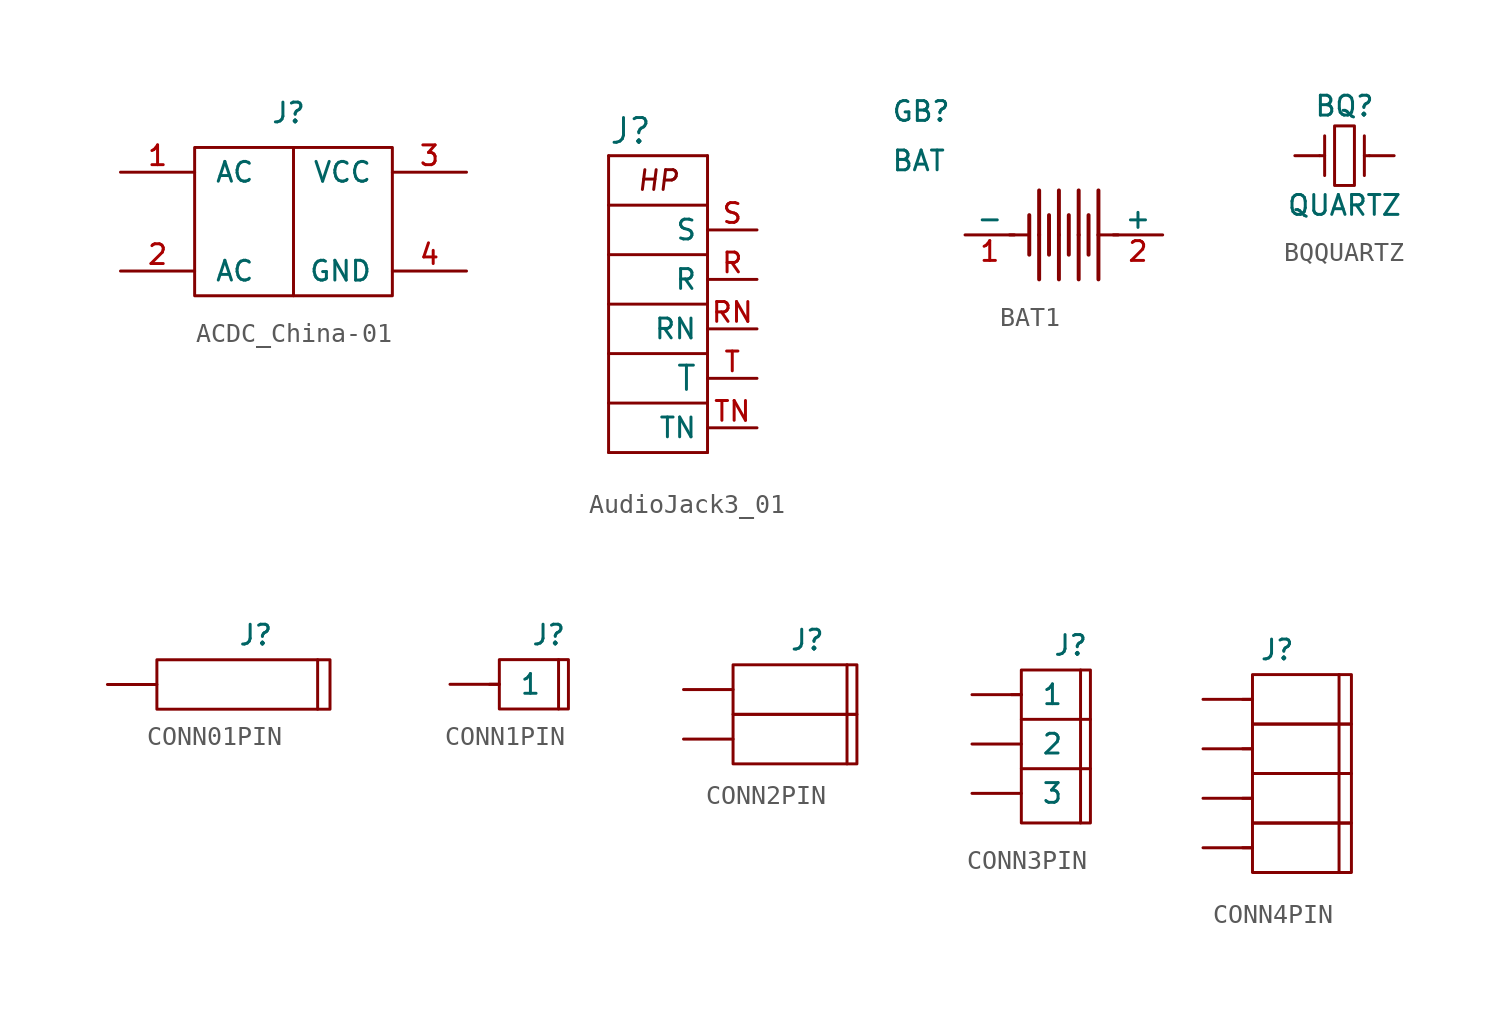
<source format=kicad_sym>
(kicad_symbol_lib
  (version 20241209)
  (generator "kicad_symbol_editor")
  (generator_version "9.0")
  (symbol "ACDC_China-01"
    (pin_names
      (offset 1.016))
    (property "Reference" "J"
      (at -0.254 3.048 0)
      (effects (font (size 1.016 1.016))))
    (symbol "ACDC_China-01_0_1"
      (rectangle (start -5.08 1.27) (end 5.08 -6.35) (stroke (width 0) (type default)) (fill (type none)))
      (polyline (pts (xy 0 1.27) (xy 0 -6.35)) (stroke (width 0) (type default)) (fill (type none))))
    (symbol "ACDC_China-01_1_1"
      (pin bidirectional line (at -8.89 0 0) (length 3.81) (name "AC" (effects (font (size 1.016 1.016)))) (number "1" (effects (font (size 1.016 1.016)))))
      (pin bidirectional line (at -8.89 -5.08 0) (length 3.81) (name "AC" (effects (font (size 1.016 1.016)))) (number "2" (effects (font (size 1.016 1.016)))))
      (pin bidirectional line (at 8.89 0 180) (length 3.81) (name "VCC" (effects (font (size 1.016 1.016)))) (number "3" (effects (font (size 1.016 1.016)))))
      (pin bidirectional line (at 8.89 -5.08 180) (length 3.81) (name "GND" (effects (font (size 1.016 1.016)))) (number "4" (effects (font (size 1.016 1.016)))))))
  (symbol "AudioJack3_01"
    (property "Reference" "J"
      (at -2.54 7.62 0)
      (effects (font (size 1.27 1.27)) (justify left)))
    (symbol "AudioJack3_01_0_1"
      (polyline (pts (xy -2.54 6.35) (xy -2.54 -8.89)) (stroke (width 0) (type default)) (fill (type none)))
      (polyline (pts (xy -2.54 6.35) (xy 2.54 6.35)) (stroke (width 0) (type default)) (fill (type none)))
      (polyline (pts (xy -2.54 3.81) (xy 2.54 3.81)) (stroke (width 0) (type default)) (fill (type none)))
      (polyline (pts (xy -2.54 1.27) (xy 2.54 1.27)) (stroke (width 0) (type default)) (fill (type none)))
      (polyline (pts (xy -2.54 -1.27) (xy 2.54 -1.27)) (stroke (width 0) (type default)) (fill (type none)))
      (polyline (pts (xy -2.54 -3.81) (xy 2.54 -3.81)) (stroke (width 0) (type default)) (fill (type none)))
      (polyline (pts (xy -2.54 -6.35) (xy 2.54 -6.35)) (stroke (width 0) (type default)) (fill (type none)))
      (polyline (pts (xy -2.54 -8.89) (xy 2.54 -8.89)) (stroke (width 0) (type default)) (fill (type none)))
      (polyline (pts (xy 2.54 6.35) (xy 2.54 -8.89)) (stroke (width 0) (type default)) (fill (type none))))
    (symbol "AudioJack3_01_1_1"
      (text "HP" (at 0 5.08 0) (effects (font (size 1.016 1.016) (italic yes))))
      (pin passive line (at 5.08 2.54 180) (length 2.54) (name "S" (effects (font (size 1.016 1.016)))) (number "S" (effects (font (size 1.016 1.016)))))
      (pin passive line (at 5.08 0 180) (length 2.54) (name "R" (effects (font (size 1.016 1.016)))) (number "R" (effects (font (size 1.016 1.016)))))
      (pin passive line (at 5.08 -2.54 180) (length 2.54) (name "RN" (effects (font (size 1.016 1.016)))) (number "RN" (effects (font (size 1.016 1.016)))))
      (pin passive line (at 5.08 -5.08 180) (length 2.54) (name "T" (effects (font (size 1.245 1.245)))) (number "T" (effects (font (size 1.016 1.016)))))
      (pin passive line (at 5.08 -7.62 180) (length 2.54) (name "TN" (effects (font (size 1.016 1.016)))) (number "TN" (effects (font (size 1.016 1.016)))))))
  (symbol "BAT1"
    (pin_names
      (offset 0))
    (property "Reference" "GB"
      (at -8.89 6.35 0)
      (effects (font (size 1.016 1.016)) (justify left)))
    (property "Value" "BAT"
      (at -8.89 3.81 0)
      (effects (font (size 1.016 1.016)) (justify left)))
    (symbol "BAT1_1_0"
      (polyline (pts (xy -1.778 1.016) (xy -1.778 -1.016)) (stroke (width 0.203) (type default)) (fill (type none)))
      (polyline (pts (xy -1.778 0) (xy -2.794 0)) (stroke (width 0) (type default)) (fill (type none)))
      (polyline (pts (xy -1.27 0) (xy -1.27 2.286)) (stroke (width 0.203) (type default)) (fill (type none)))
      (polyline (pts (xy -1.27 -2.286) (xy -1.27 0)) (stroke (width 0.203) (type default)) (fill (type none)))
      (polyline (pts (xy -0.762 1.016) (xy -0.762 -1.016)) (stroke (width 0.203) (type default)) (fill (type none)))
      (polyline (pts (xy -0.254 0) (xy -0.254 2.286)) (stroke (width 0.203) (type default)) (fill (type none)))
      (polyline (pts (xy -0.254 -2.286) (xy -0.254 0)) (stroke (width 0.203) (type default)) (fill (type none)))
      (polyline (pts (xy 0.254 1.016) (xy 0.254 -1.016)) (stroke (width 0.203) (type default)) (fill (type none)))
      (polyline (pts (xy 0.762 0) (xy 0.762 2.286)) (stroke (width 0.203) (type default)) (fill (type none)))
      (polyline (pts (xy 0.762 -2.286) (xy 0.762 0)) (stroke (width 0.203) (type default)) (fill (type none)))
      (polyline (pts (xy 1.27 1.016) (xy 1.27 -1.016)) (stroke (width 0.203) (type default)) (fill (type none)))
      (polyline (pts (xy 1.778 0) (xy 1.778 2.286)) (stroke (width 0.203) (type default)) (fill (type none)))
      (polyline (pts (xy 1.778 0) (xy 2.794 0)) (stroke (width 0) (type default)) (fill (type none)))
      (polyline (pts (xy 1.778 -2.286) (xy 1.778 0)) (stroke (width 0.203) (type default)) (fill (type none))))
    (symbol "BAT1_1_1"
      (pin passive line (at -5.08 0 0) (length 2.54) (name "-" (effects (font (size 1.016 1.016)))) (number "1" (effects (font (size 1.016 1.016)))))
      (pin passive line (at 5.08 0 180) (length 2.54) (name "+" (effects (font (size 1.016 1.016)))) (number "2" (effects (font (size 1.016 1.016)))))))
  (symbol "BQQUARTZ"
    (pin_numbers
      (hide yes))
    (pin_names
      (offset 0)
      (hide yes))
    (property "Reference" "BQ"
      (at 0 2.54 0)
      (effects (font (size 1.016 1.016))))
    (property "Value" "QUARTZ"
      (at 0 -2.54 0)
      (effects (font (size 1.016 1.016))))
    (symbol "BQQUARTZ_1_0"
      (polyline (pts (xy -1.27 0) (xy -1.016 0)) (stroke (width 0) (type default)) (fill (type none)))
      (polyline (pts (xy -1.016 1.016) (xy -1.016 -1.016)) (stroke (width 0) (type default)) (fill (type none)))
      (rectangle (start -0.508 1.524) (end 0.508 -1.524) (stroke (width 0) (type default)) (fill (type none)))
      (polyline (pts (xy 1.016 -1.016) (xy 1.016 1.016)) (stroke (width 0) (type default)) (fill (type none)))
      (polyline (pts (xy 1.27 0) (xy 1.016 0)) (stroke (width 0) (type default)) (fill (type none))))
    (symbol "BQQUARTZ_1_1"
      (pin passive line (at -2.54 0 0) (length 1.27) (name "~" (effects (font (size 1.016 1.016)))) (number "1" (effects (font (size 1.016 1.016)))))
      (pin passive line (at 2.54 0 180) (length 1.27) (name "~" (effects (font (size 1.016 1.016)))) (number "2" (effects (font (size 1.016 1.016)))))))
  (symbol "CONN01PIN"
    (pin_numbers
      (hide yes))
    (pin_names
      (offset 1.016))
    (property "Reference" "J"
      (at -1.27 2.54 0)
      (effects (font (size 1.016 1.016))))
    (symbol "CONN01PIN_0_1"
      (rectangle (start -6.35 1.27) (end 2.54 -1.27) (stroke (width 0) (type default)) (fill (type none)))
      (polyline (pts (xy 1.905 1.27) (xy 1.905 -1.27)) (stroke (width 0) (type default)) (fill (type none))))
    (symbol "CONN01PIN_1_1"
      (pin passive line (at -8.89 0 0) (length 2.54) (name "~" (effects (font (size 1.016 1.016)))) (number "1" (effects (font (size 1.016 1.016)))))))
  (symbol "CONN1PIN"
    (pin_numbers
      (hide yes))
    (pin_names
      (offset 1.016))
    (property "Reference" "J"
      (at 0 2.54 0)
      (effects (font (size 1.016 1.016))))
    (symbol "CONN1PIN_0_1"
      (polyline (pts (xy -3.048 0) (xy -2.54 0)) (stroke (width 0) (type default)) (fill (type none)))
      (rectangle (start -2.54 1.27) (end 1.016 -1.27) (stroke (width 0) (type default)) (fill (type none)))
      (polyline (pts (xy 0.508 1.27) (xy 0.508 -1.27)) (stroke (width 0) (type default)) (fill (type none))))
    (symbol "CONN1PIN_1_1"
      (pin passive line (at -5.08 0 0) (length 2.54) (name "1" (effects (font (size 1.016 1.016)))) (number "1" (effects (font (size 1.016 1.016)))))))
  (symbol "CONN2PIN"
    (pin_numbers
      (hide yes))
    (pin_names
      (offset 1.016))
    (property "Reference" "J"
      (at 0 2.54 0)
      (effects (font (size 1.016 1.016))))
    (symbol "CONN2PIN_0_1"
      (rectangle (start -3.81 1.27) (end 2.54 -1.27) (stroke (width 0) (type default)) (fill (type none)))
      (rectangle (start -3.81 -1.27) (end 2.54 -3.81) (stroke (width 0) (type default)) (fill (type none)))
      (polyline (pts (xy 2.032 1.27) (xy 2.032 -1.27)) (stroke (width 0) (type default)) (fill (type none)))
      (polyline (pts (xy 2.032 -1.27) (xy 2.032 -3.81)) (stroke (width 0) (type default)) (fill (type none))))
    (symbol "CONN2PIN_1_1"
      (pin passive line (at -6.35 0 0) (length 2.54) (name "~" (effects (font (size 1.016 1.016)))) (number "1" (effects (font (size 1.016 1.016)))))
      (pin passive line (at -6.35 -2.54 0) (length 2.54) (name "~" (effects (font (size 1.016 1.016)))) (number "2" (effects (font (size 1.016 1.016)))))))
  (symbol "CONN3PIN"
    (pin_numbers
      (hide yes))
    (pin_names
      (offset 1.016))
    (property "Reference" "J"
      (at 0 2.54 0)
      (effects (font (size 1.016 1.016))))
    (symbol "CONN3PIN_0_1"
      (polyline (pts (xy -3.048 0) (xy -2.54 0)) (stroke (width 0) (type default)) (fill (type none)))
      (rectangle (start -2.54 1.27) (end 1.016 -6.604) (stroke (width 0) (type default)) (fill (type none)))
      (polyline (pts (xy -2.54 -1.27) (xy 1.016 -1.27)) (stroke (width 0) (type default)) (fill (type none)))
      (polyline (pts (xy -2.54 -3.81) (xy 1.016 -3.81)) (stroke (width 0) (type default)) (fill (type none)))
      (polyline (pts (xy 0.508 1.27) (xy 0.508 -6.604)) (stroke (width 0) (type default)) (fill (type none))))
    (symbol "CONN3PIN_1_1"
      (pin passive line (at -5.08 0 0) (length 2.54) (name "1" (effects (font (size 1.016 1.016)))) (number "1" (effects (font (size 1.016 1.016)))))
      (pin passive line (at -5.08 -2.54 0) (length 2.54) (name "2" (effects (font (size 1.016 1.016)))) (number "2" (effects (font (size 1.016 1.016)))))
      (pin passive line (at -5.08 -5.08 0) (length 2.54) (name "3" (effects (font (size 1.016 1.016)))) (number "3" (effects (font (size 1.016 1.016)))))))
  (symbol "CONN4PIN"
    (pin_numbers
      (hide yes))
    (pin_names
      (offset 1.016))
    (property "Reference" "J"
      (at -1.27 2.54 0)
      (effects (font (size 1.016 1.016))))
    (symbol "CONN4PIN_0_1"
      (polyline (pts (xy -3.048 0) (xy -2.54 0)) (stroke (width 0) (type default)) (fill (type none)))
      (polyline (pts (xy -3.048 -2.54) (xy -2.54 -2.54)) (stroke (width 0) (type default)) (fill (type none)))
      (polyline (pts (xy -3.048 -5.08) (xy -2.54 -5.08)) (stroke (width 0) (type default)) (fill (type none)))
      (polyline (pts (xy -3.048 -7.62) (xy -2.54 -7.62)) (stroke (width 0) (type default)) (fill (type none)))
      (rectangle (start -2.54 1.27) (end 2.54 -1.27) (stroke (width 0) (type default)) (fill (type none)))
      (rectangle (start -2.54 -1.27) (end 2.54 -3.81) (stroke (width 0) (type default)) (fill (type none)))
      (rectangle (start -2.54 -3.81) (end 2.54 -6.35) (stroke (width 0) (type default)) (fill (type none)))
      (rectangle (start -2.54 -6.35) (end 2.54 -8.89) (stroke (width 0) (type default)) (fill (type none)))
      (polyline (pts (xy 1.905 1.27) (xy 1.905 -1.27)) (stroke (width 0) (type default)) (fill (type none)))
      (polyline (pts (xy 1.905 -1.27) (xy 1.905 -3.81)) (stroke (width 0) (type default)) (fill (type none)))
      (polyline (pts (xy 1.905 -3.81) (xy 1.905 -6.35)) (stroke (width 0) (type default)) (fill (type none)))
      (polyline (pts (xy 1.905 -6.35) (xy 1.905 -8.89)) (stroke (width 0) (type default)) (fill (type none))))
    (symbol "CONN4PIN_1_1"
      (pin bidirectional line (at -5.08 0 0) (length 2.54) (name "~" (effects (font (size 1.016 1.016)))) (number "1" (effects (font (size 1.016 1.016)))))
      (pin bidirectional line (at -5.08 -2.54 0) (length 2.54) (name "~" (effects (font (size 1.016 1.016)))) (number "2" (effects (font (size 1.016 1.016)))))
      (pin bidirectional line (at -5.08 -5.08 0) (length 2.54) (name "~" (effects (font (size 1.016 1.016)))) (number "3" (effects (font (size 1.016 1.016)))))
      (pin bidirectional line (at -5.08 -7.62 0) (length 2.54) (name "~" (effects (font (size 1.016 1.016)))) (number "4" (effects (font (size 1.016 1.016))))))))
</source>
